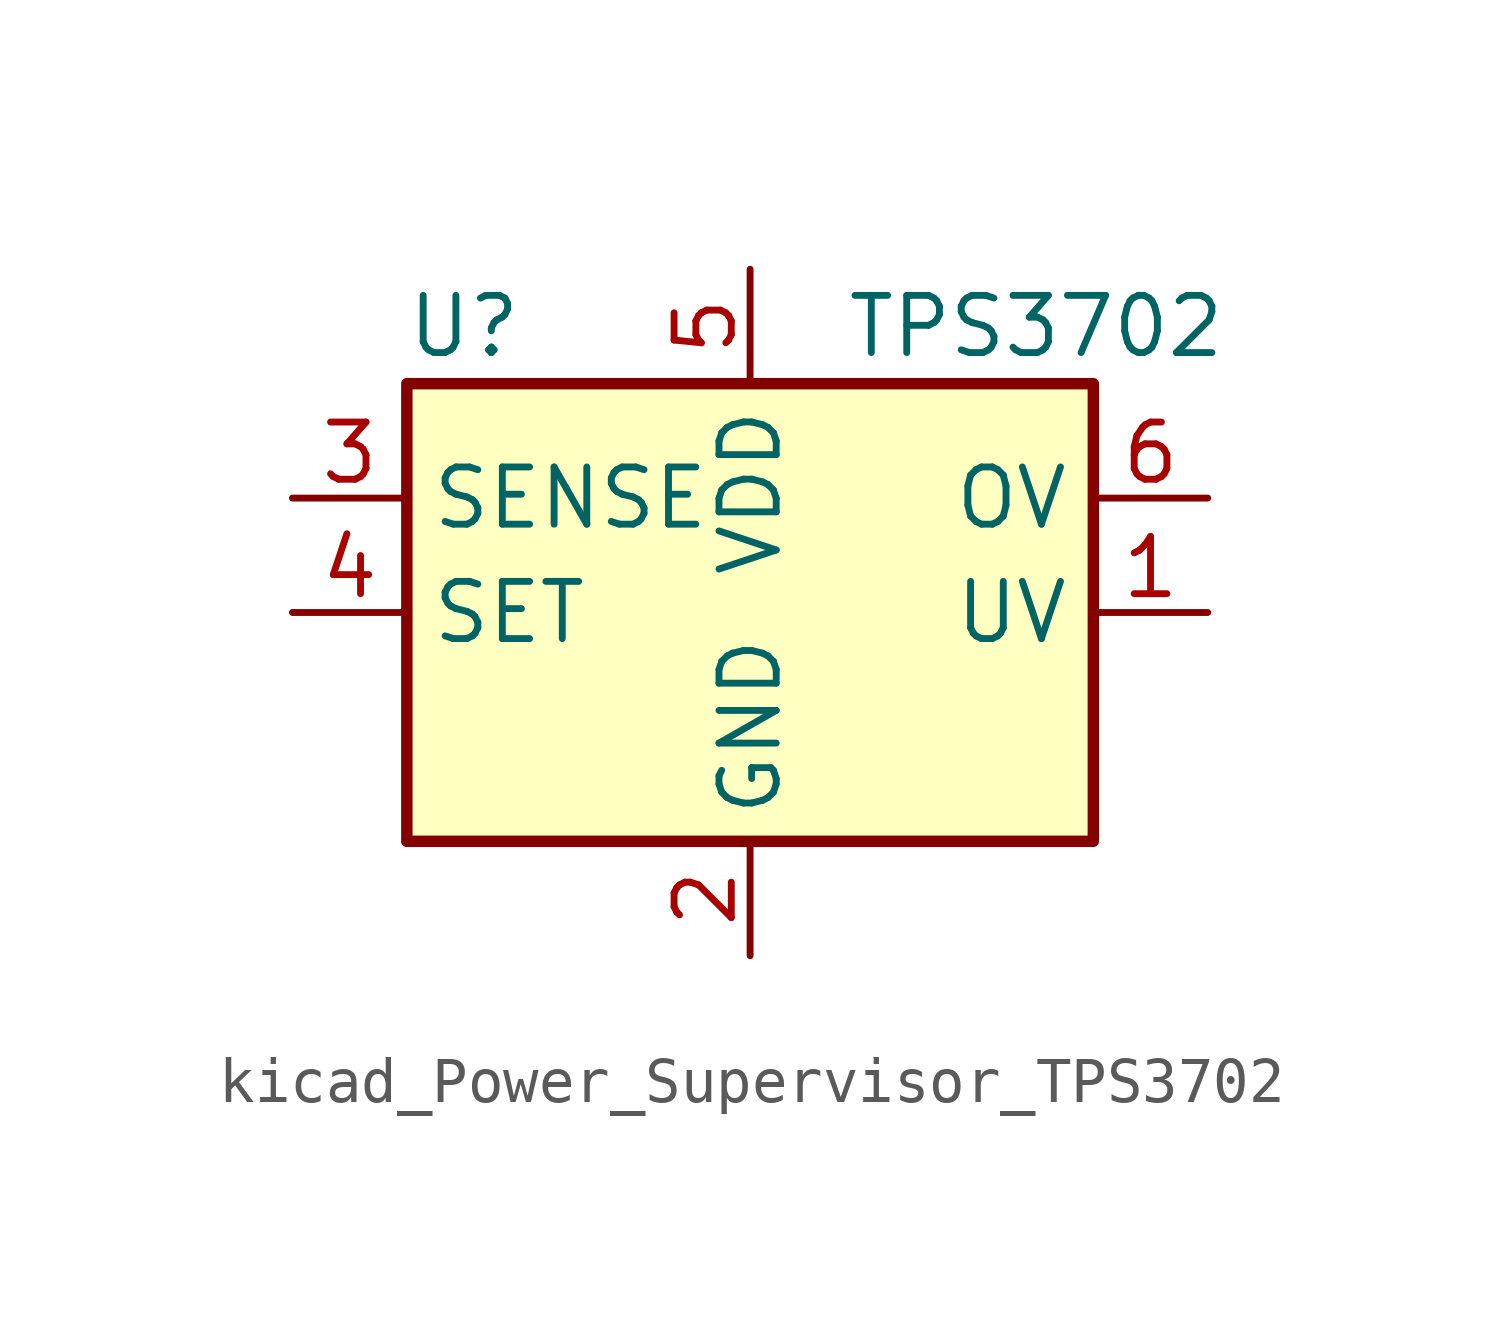
<source format=kicad_sym>
(kicad_symbol_lib
  (version 20220914)
  (generator kicad_symbol_editor)
  (symbol "kicad_Power_Supervisor_TPS3702"
    (property "Reference" "U"
      (at -6.35 6.35 0)
      (effects (font (size 1.27 1.27))))
    (property "Value" "TPS3702"
      (at 6.35 6.35 0)
      (effects (font (size 1.27 1.27))))
    (symbol "kicad_Power_Supervisor_TPS3702_0_1"
      (rectangle (start -7.62 5.08) (end 7.62 -5.08) (stroke (width 0.254) (type default)) (fill (type background))))
    (symbol "kicad_Power_Supervisor_TPS3702_1_1"
      (pin output line (at 10.16 0 180) (length 2.54) (name "UV" (effects (font (size 1.27 1.27)))) (number "1" (effects (font (size 1.27 1.27)))))
      (pin power_in line (at 0 -7.62 90) (length 2.54) (name "GND" (effects (font (size 1.27 1.27)))) (number "2" (effects (font (size 1.27 1.27)))))
      (pin input line (at -10.16 2.54 0) (length 2.54) (name "SENSE" (effects (font (size 1.27 1.27)))) (number "3" (effects (font (size 1.27 1.27)))))
      (pin input line (at -10.16 0 0) (length 2.54) (name "SET" (effects (font (size 1.27 1.27)))) (number "4" (effects (font (size 1.27 1.27)))))
      (pin power_in line (at 0 7.62 270) (length 2.54) (name "VDD" (effects (font (size 1.27 1.27)))) (number "5" (effects (font (size 1.27 1.27)))))
      (pin output line (at 10.16 2.54 180) (length 2.54) (name "OV" (effects (font (size 1.27 1.27)))) (number "6" (effects (font (size 1.27 1.27))))))))
</source>
